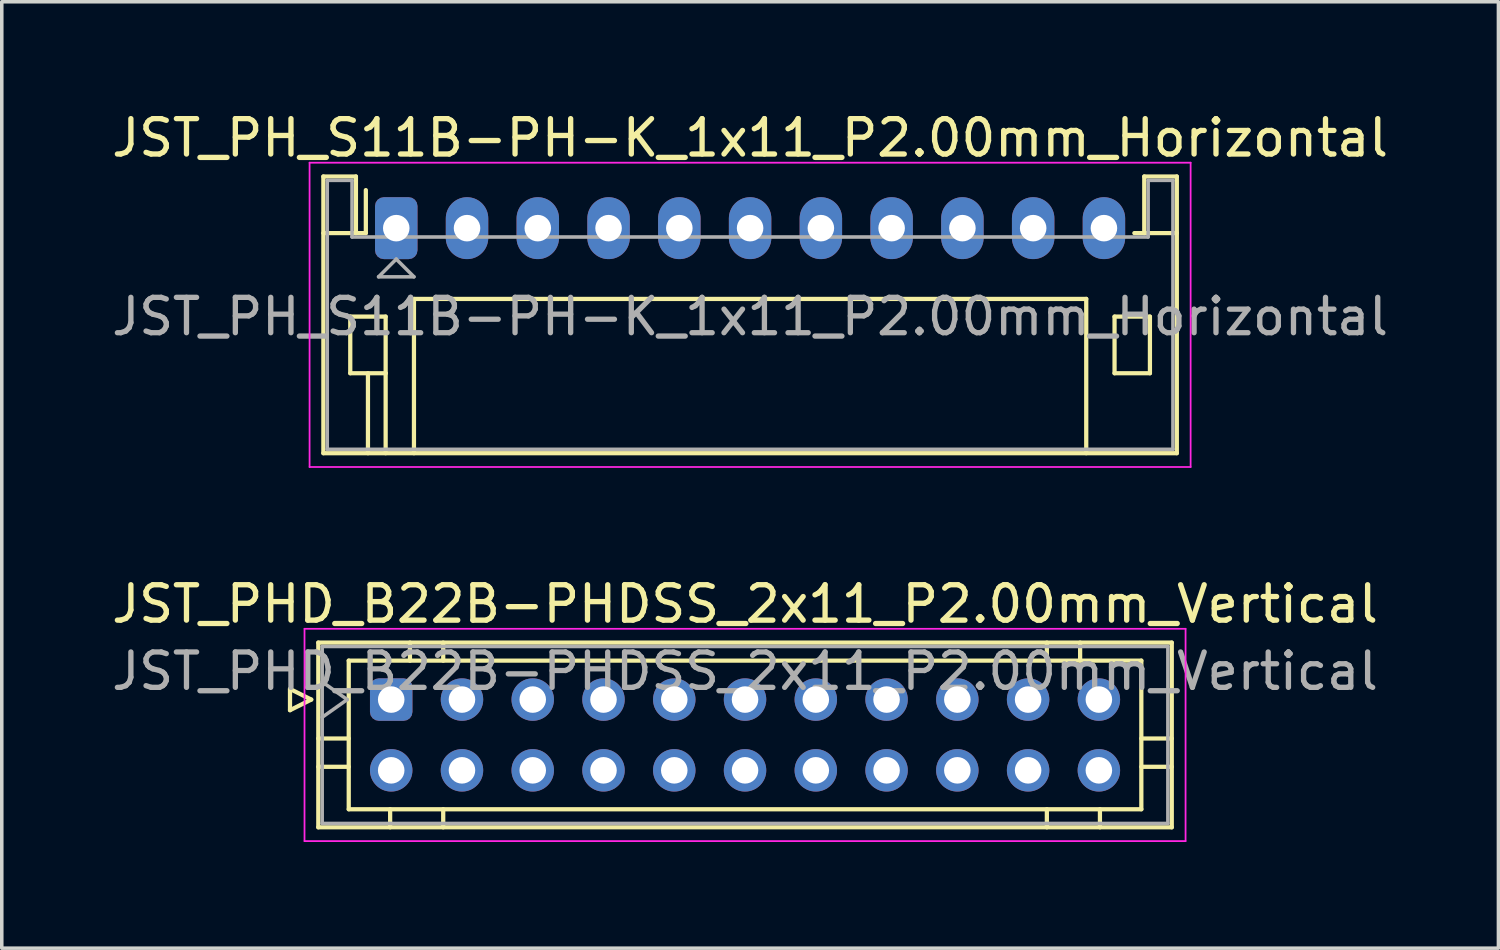
<source format=kicad_pcb>
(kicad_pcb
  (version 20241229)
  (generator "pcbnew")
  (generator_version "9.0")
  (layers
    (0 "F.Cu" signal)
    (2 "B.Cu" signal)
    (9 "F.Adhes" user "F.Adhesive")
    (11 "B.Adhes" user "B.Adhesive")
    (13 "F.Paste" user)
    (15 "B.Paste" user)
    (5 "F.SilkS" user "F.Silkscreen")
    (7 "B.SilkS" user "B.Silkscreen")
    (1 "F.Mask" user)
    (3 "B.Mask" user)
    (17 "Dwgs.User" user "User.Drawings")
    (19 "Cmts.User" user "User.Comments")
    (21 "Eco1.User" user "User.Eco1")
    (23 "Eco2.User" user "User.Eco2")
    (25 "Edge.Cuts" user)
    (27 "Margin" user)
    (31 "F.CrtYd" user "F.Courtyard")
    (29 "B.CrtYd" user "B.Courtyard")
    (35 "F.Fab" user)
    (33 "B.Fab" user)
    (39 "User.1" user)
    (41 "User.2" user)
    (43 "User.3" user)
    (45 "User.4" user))
  (footprint "JST_PH_S11B-PH-K_1x11_P2.00mm_Horizontal"
    (layer "F.Cu")
    (at 8.149 3.398)
    (property "Reference" "JST_PH_S11B-PH-K_1x11_P2.00mm_Horizontal" (at 10 -2.55 0) (layer "F.SilkS") (effects (font (size 1 1) (thickness 0.15))))
    (attr through_hole)
    (fp_line (start -2.06 -1.46) (end -2.06 6.36) (stroke (width 0.12) (type solid)) (layer "F.SilkS"))
    (fp_line (start -2.06 0.14) (end -1.14 0.14) (stroke (width 0.12) (type solid)) (layer "F.SilkS"))
    (fp_line (start -2.06 6.36) (end 22.06 6.36) (stroke (width 0.12) (type solid)) (layer "F.SilkS"))
    (fp_line (start -1.3 2.5) (end -1.3 4.1) (stroke (width 0.12) (type solid)) (layer "F.SilkS"))
    (fp_line (start -1.3 4.1) (end -0.3 4.1) (stroke (width 0.12) (type solid)) (layer "F.SilkS"))
    (fp_line (start -1.14 -1.46) (end -2.06 -1.46) (stroke (width 0.12) (type solid)) (layer "F.SilkS"))
    (fp_line (start -1.14 0.14) (end -1.14 -1.46) (stroke (width 0.12) (type solid)) (layer "F.SilkS"))
    (fp_line (start -0.86 0.14) (end -1.14 0.14) (stroke (width 0.12) (type solid)) (layer "F.SilkS"))
    (fp_line (start -0.86 0.14) (end -0.86 -1.075) (stroke (width 0.12) (type solid)) (layer "F.SilkS"))
    (fp_line (start -0.8 4.1) (end -0.8 6.36) (stroke (width 0.12) (type solid)) (layer "F.SilkS"))
    (fp_line (start -0.3 2.5) (end -1.3 2.5) (stroke (width 0.12) (type solid)) (layer "F.SilkS"))
    (fp_line (start -0.3 4.1) (end -0.3 2.5) (stroke (width 0.12) (type solid)) (layer "F.SilkS"))
    (fp_line (start -0.3 4.1) (end -0.3 6.36) (stroke (width 0.12) (type solid)) (layer "F.SilkS"))
    (fp_line (start 0.5 2) (end 19.5 2) (stroke (width 0.12) (type solid)) (layer "F.SilkS"))
    (fp_line (start 0.5 6.36) (end 0.5 2) (stroke (width 0.12) (type solid)) (layer "F.SilkS"))
    (fp_line (start 19.5 2) (end 19.5 6.36) (stroke (width 0.12) (type solid)) (layer "F.SilkS"))
    (fp_line (start 20.3 2.5) (end 21.3 2.5) (stroke (width 0.12) (type solid)) (layer "F.SilkS"))
    (fp_line (start 20.3 4.1) (end 20.3 2.5) (stroke (width 0.12) (type solid)) (layer "F.SilkS"))
    (fp_line (start 21.14 -1.46) (end 21.14 0.14) (stroke (width 0.12) (type solid)) (layer "F.SilkS"))
    (fp_line (start 21.14 0.14) (end 20.86 0.14) (stroke (width 0.12) (type solid)) (layer "F.SilkS"))
    (fp_line (start 21.3 2.5) (end 21.3 4.1) (stroke (width 0.12) (type solid)) (layer "F.SilkS"))
    (fp_line (start 21.3 4.1) (end 20.3 4.1) (stroke (width 0.12) (type solid)) (layer "F.SilkS"))
    (fp_line (start 22.06 -1.46) (end 21.14 -1.46) (stroke (width 0.12) (type solid)) (layer "F.SilkS"))
    (fp_line (start 22.06 0.14) (end 21.14 0.14) (stroke (width 0.12) (type solid)) (layer "F.SilkS"))
    (fp_line (start 22.06 6.36) (end 22.06 -1.46) (stroke (width 0.12) (type solid)) (layer "F.SilkS"))
    (fp_line (start -2.45 -1.85) (end -2.45 6.75) (stroke (width 0.05) (type solid)) (layer "F.CrtYd"))
    (fp_line (start -2.45 6.75) (end 22.45 6.75) (stroke (width 0.05) (type solid)) (layer "F.CrtYd"))
    (fp_line (start 22.45 -1.85) (end -2.45 -1.85) (stroke (width 0.05) (type solid)) (layer "F.CrtYd"))
    (fp_line (start 22.45 6.75) (end 22.45 -1.85) (stroke (width 0.05) (type solid)) (layer "F.CrtYd"))
    (fp_line (start -1.95 -1.35) (end -1.95 6.25) (stroke (width 0.1) (type solid)) (layer "F.Fab"))
    (fp_line (start -1.95 6.25) (end 21.95 6.25) (stroke (width 0.1) (type solid)) (layer "F.Fab"))
    (fp_line (start -1.25 -1.35) (end -1.95 -1.35) (stroke (width 0.1) (type solid)) (layer "F.Fab"))
    (fp_line (start -1.25 0.25) (end -1.25 -1.35) (stroke (width 0.1) (type solid)) (layer "F.Fab"))
    (fp_line (start -0.5 1.375) (end 0.5 1.375) (stroke (width 0.1) (type solid)) (layer "F.Fab"))
    (fp_line (start 0 0.875) (end -0.5 1.375) (stroke (width 0.1) (type solid)) (layer "F.Fab"))
    (fp_line (start 0.5 1.375) (end 0 0.875) (stroke (width 0.1) (type solid)) (layer "F.Fab"))
    (fp_line (start 21.25 -1.35) (end 21.25 0.25) (stroke (width 0.1) (type solid)) (layer "F.Fab"))
    (fp_line (start 21.25 0.25) (end -1.25 0.25) (stroke (width 0.1) (type solid)) (layer "F.Fab"))
    (fp_line (start 21.95 -1.35) (end 21.25 -1.35) (stroke (width 0.1) (type solid)) (layer "F.Fab"))
    (fp_line (start 21.95 6.25) (end 21.95 -1.35) (stroke (width 0.1) (type solid)) (layer "F.Fab"))
    (fp_text user "${REFERENCE}" (at 10 2.5 0) (layer "F.Fab") (effects (font (size 1 1) (thickness 0.15))))
    (pad "1" thru_hole roundrect (at 0 0) (size 1.2 1.75) (drill 0.75) (layers "*.Cu" "*.Mask") (roundrect_rratio 0.208))
    (pad "2" thru_hole oval (at 2 0) (size 1.2 1.75) (drill 0.75) (layers "*.Cu" "*.Mask"))
    (pad "3" thru_hole oval (at 4 0) (size 1.2 1.75) (drill 0.75) (layers "*.Cu" "*.Mask"))
    (pad "4" thru_hole oval (at 6 0) (size 1.2 1.75) (drill 0.75) (layers "*.Cu" "*.Mask"))
    (pad "5" thru_hole oval (at 8 0) (size 1.2 1.75) (drill 0.75) (layers "*.Cu" "*.Mask"))
    (pad "6" thru_hole oval (at 10 0) (size 1.2 1.75) (drill 0.75) (layers "*.Cu" "*.Mask"))
    (pad "7" thru_hole oval (at 12 0) (size 1.2 1.75) (drill 0.75) (layers "*.Cu" "*.Mask"))
    (pad "8" thru_hole oval (at 14 0) (size 1.2 1.75) (drill 0.75) (layers "*.Cu" "*.Mask"))
    (pad "9" thru_hole oval (at 16 0) (size 1.2 1.75) (drill 0.75) (layers "*.Cu" "*.Mask"))
    (pad "10" thru_hole oval (at 18 0) (size 1.2 1.75) (drill 0.75) (layers "*.Cu" "*.Mask"))
    (pad "11" thru_hole oval (at 20 0) (size 1.2 1.75) (drill 0.75) (layers "*.Cu" "*.Mask")))
  (footprint "JST_PHD_B22B-PHDSS_2x11_P2.00mm_Vertical"
    (layer "F.Cu")
    (at 8.006 16.721)
    (property "Reference" "JST_PHD_B22B-PHDSS_2x11_P2.00mm_Vertical" (at 10 -2.7 0) (layer "F.SilkS") (effects (font (size 1 1) (thickness 0.15))))
    (attr through_hole)
    (fp_line (start -2.86 -0.3) (end -2.26 0) (stroke (width 0.12) (type solid)) (layer "F.SilkS"))
    (fp_line (start -2.86 0.3) (end -2.86 -0.3) (stroke (width 0.12) (type solid)) (layer "F.SilkS"))
    (fp_line (start -2.26 0) (end -2.86 0.3) (stroke (width 0.12) (type solid)) (layer "F.SilkS"))
    (fp_line (start -2.06 -1.61) (end -2.06 3.61) (stroke (width 0.12) (type solid)) (layer "F.SilkS"))
    (fp_line (start -2.06 1.1) (end -1.2 1.1) (stroke (width 0.12) (type solid)) (layer "F.SilkS"))
    (fp_line (start -2.06 1.9) (end -1.2 1.9) (stroke (width 0.12) (type solid)) (layer "F.SilkS"))
    (fp_line (start -2.06 3.61) (end 22.06 3.61) (stroke (width 0.12) (type solid)) (layer "F.SilkS"))
    (fp_line (start -1.2 -1.1) (end -1.2 3.1) (stroke (width 0.12) (type solid)) (layer "F.SilkS"))
    (fp_line (start -1.2 3.1) (end 21.2 3.1) (stroke (width 0.12) (type solid)) (layer "F.SilkS"))
    (fp_line (start -0.03 3.61) (end -0.03 3.1) (stroke (width 0.12) (type solid)) (layer "F.SilkS"))
    (fp_line (start 0.53 -1.61) (end 0.53 -1.1) (stroke (width 0.12) (type solid)) (layer "F.SilkS"))
    (fp_line (start 1.47 -1.61) (end 1.47 -1.1) (stroke (width 0.12) (type solid)) (layer "F.SilkS"))
    (fp_line (start 1.47 3.61) (end 1.47 3.1) (stroke (width 0.12) (type solid)) (layer "F.SilkS"))
    (fp_line (start 18.53 -1.61) (end 18.53 -1.1) (stroke (width 0.12) (type solid)) (layer "F.SilkS"))
    (fp_line (start 18.53 3.61) (end 18.53 3.1) (stroke (width 0.12) (type solid)) (layer "F.SilkS"))
    (fp_line (start 19.47 -1.61) (end 19.47 -1.1) (stroke (width 0.12) (type solid)) (layer "F.SilkS"))
    (fp_line (start 20.03 3.61) (end 20.03 3.1) (stroke (width 0.12) (type solid)) (layer "F.SilkS"))
    (fp_line (start 21.2 -1.1) (end -1.2 -1.1) (stroke (width 0.12) (type solid)) (layer "F.SilkS"))
    (fp_line (start 21.2 3.1) (end 21.2 -1.1) (stroke (width 0.12) (type solid)) (layer "F.SilkS"))
    (fp_line (start 22.06 -1.61) (end -2.06 -1.61) (stroke (width 0.12) (type solid)) (layer "F.SilkS"))
    (fp_line (start 22.06 1.1) (end 21.2 1.1) (stroke (width 0.12) (type solid)) (layer "F.SilkS"))
    (fp_line (start 22.06 1.9) (end 21.2 1.9) (stroke (width 0.12) (type solid)) (layer "F.SilkS"))
    (fp_line (start 22.06 3.61) (end 22.06 -1.61) (stroke (width 0.12) (type solid)) (layer "F.SilkS"))
    (fp_line (start -2.45 -2) (end -2.45 4) (stroke (width 0.05) (type solid)) (layer "F.CrtYd"))
    (fp_line (start -2.45 4) (end 22.45 4) (stroke (width 0.05) (type solid)) (layer "F.CrtYd"))
    (fp_line (start 22.45 -2) (end -2.45 -2) (stroke (width 0.05) (type solid)) (layer "F.CrtYd"))
    (fp_line (start 22.45 4) (end 22.45 -2) (stroke (width 0.05) (type solid)) (layer "F.CrtYd"))
    (fp_line (start -1.95 -1.5) (end -1.95 3.5) (stroke (width 0.1) (type solid)) (layer "F.Fab"))
    (fp_line (start -1.95 0.5) (end -1.243 0) (stroke (width 0.1) (type solid)) (layer "F.Fab"))
    (fp_line (start -1.95 3.5) (end 21.95 3.5) (stroke (width 0.1) (type solid)) (layer "F.Fab"))
    (fp_line (start -1.243 0) (end -1.95 -0.5) (stroke (width 0.1) (type solid)) (layer "F.Fab"))
    (fp_line (start 21.95 -1.5) (end -1.95 -1.5) (stroke (width 0.1) (type solid)) (layer "F.Fab"))
    (fp_line (start 21.95 3.5) (end 21.95 -1.5) (stroke (width 0.1) (type solid)) (layer "F.Fab"))
    (fp_text user "${REFERENCE}" (at 10 -0.8 0) (layer "F.Fab") (effects (font (size 1 1) (thickness 0.15))))
    (pad "1" thru_hole roundrect (at 0 0) (size 1.2 1.2) (drill 0.75) (layers "*.Cu" "*.Mask") (roundrect_rratio 0.208))
    (pad "2" thru_hole circle (at 0 2) (size 1.2 1.2) (drill 0.75) (layers "*.Cu" "*.Mask"))
    (pad "3" thru_hole circle (at 2 0) (size 1.2 1.2) (drill 0.75) (layers "*.Cu" "*.Mask"))
    (pad "4" thru_hole circle (at 2 2) (size 1.2 1.2) (drill 0.75) (layers "*.Cu" "*.Mask"))
    (pad "5" thru_hole circle (at 4 0) (size 1.2 1.2) (drill 0.75) (layers "*.Cu" "*.Mask"))
    (pad "6" thru_hole circle (at 4 2) (size 1.2 1.2) (drill 0.75) (layers "*.Cu" "*.Mask"))
    (pad "7" thru_hole circle (at 6 0) (size 1.2 1.2) (drill 0.75) (layers "*.Cu" "*.Mask"))
    (pad "8" thru_hole circle (at 6 2) (size 1.2 1.2) (drill 0.75) (layers "*.Cu" "*.Mask"))
    (pad "9" thru_hole circle (at 8 0) (size 1.2 1.2) (drill 0.75) (layers "*.Cu" "*.Mask"))
    (pad "10" thru_hole circle (at 8 2) (size 1.2 1.2) (drill 0.75) (layers "*.Cu" "*.Mask"))
    (pad "11" thru_hole circle (at 10 0) (size 1.2 1.2) (drill 0.75) (layers "*.Cu" "*.Mask"))
    (pad "12" thru_hole circle (at 10 2) (size 1.2 1.2) (drill 0.75) (layers "*.Cu" "*.Mask"))
    (pad "13" thru_hole circle (at 12 0) (size 1.2 1.2) (drill 0.75) (layers "*.Cu" "*.Mask"))
    (pad "14" thru_hole circle (at 12 2) (size 1.2 1.2) (drill 0.75) (layers "*.Cu" "*.Mask"))
    (pad "15" thru_hole circle (at 14 0) (size 1.2 1.2) (drill 0.75) (layers "*.Cu" "*.Mask"))
    (pad "16" thru_hole circle (at 14 2) (size 1.2 1.2) (drill 0.75) (layers "*.Cu" "*.Mask"))
    (pad "17" thru_hole circle (at 16 0) (size 1.2 1.2) (drill 0.75) (layers "*.Cu" "*.Mask"))
    (pad "18" thru_hole circle (at 16 2) (size 1.2 1.2) (drill 0.75) (layers "*.Cu" "*.Mask"))
    (pad "19" thru_hole circle (at 18 0) (size 1.2 1.2) (drill 0.75) (layers "*.Cu" "*.Mask"))
    (pad "20" thru_hole circle (at 18 2) (size 1.2 1.2) (drill 0.75) (layers "*.Cu" "*.Mask"))
    (pad "21" thru_hole circle (at 20 0) (size 1.2 1.2) (drill 0.75) (layers "*.Cu" "*.Mask"))
    (pad "22" thru_hole circle (at 20 2) (size 1.2 1.2) (drill 0.75) (layers "*.Cu" "*.Mask")))
  (gr_rect
    (start -3 -3)
    (end 39.298 23.747)
    (stroke (width 0.1) (type default))
    (fill no)
    (layer "Edge.Cuts")))
</source>
